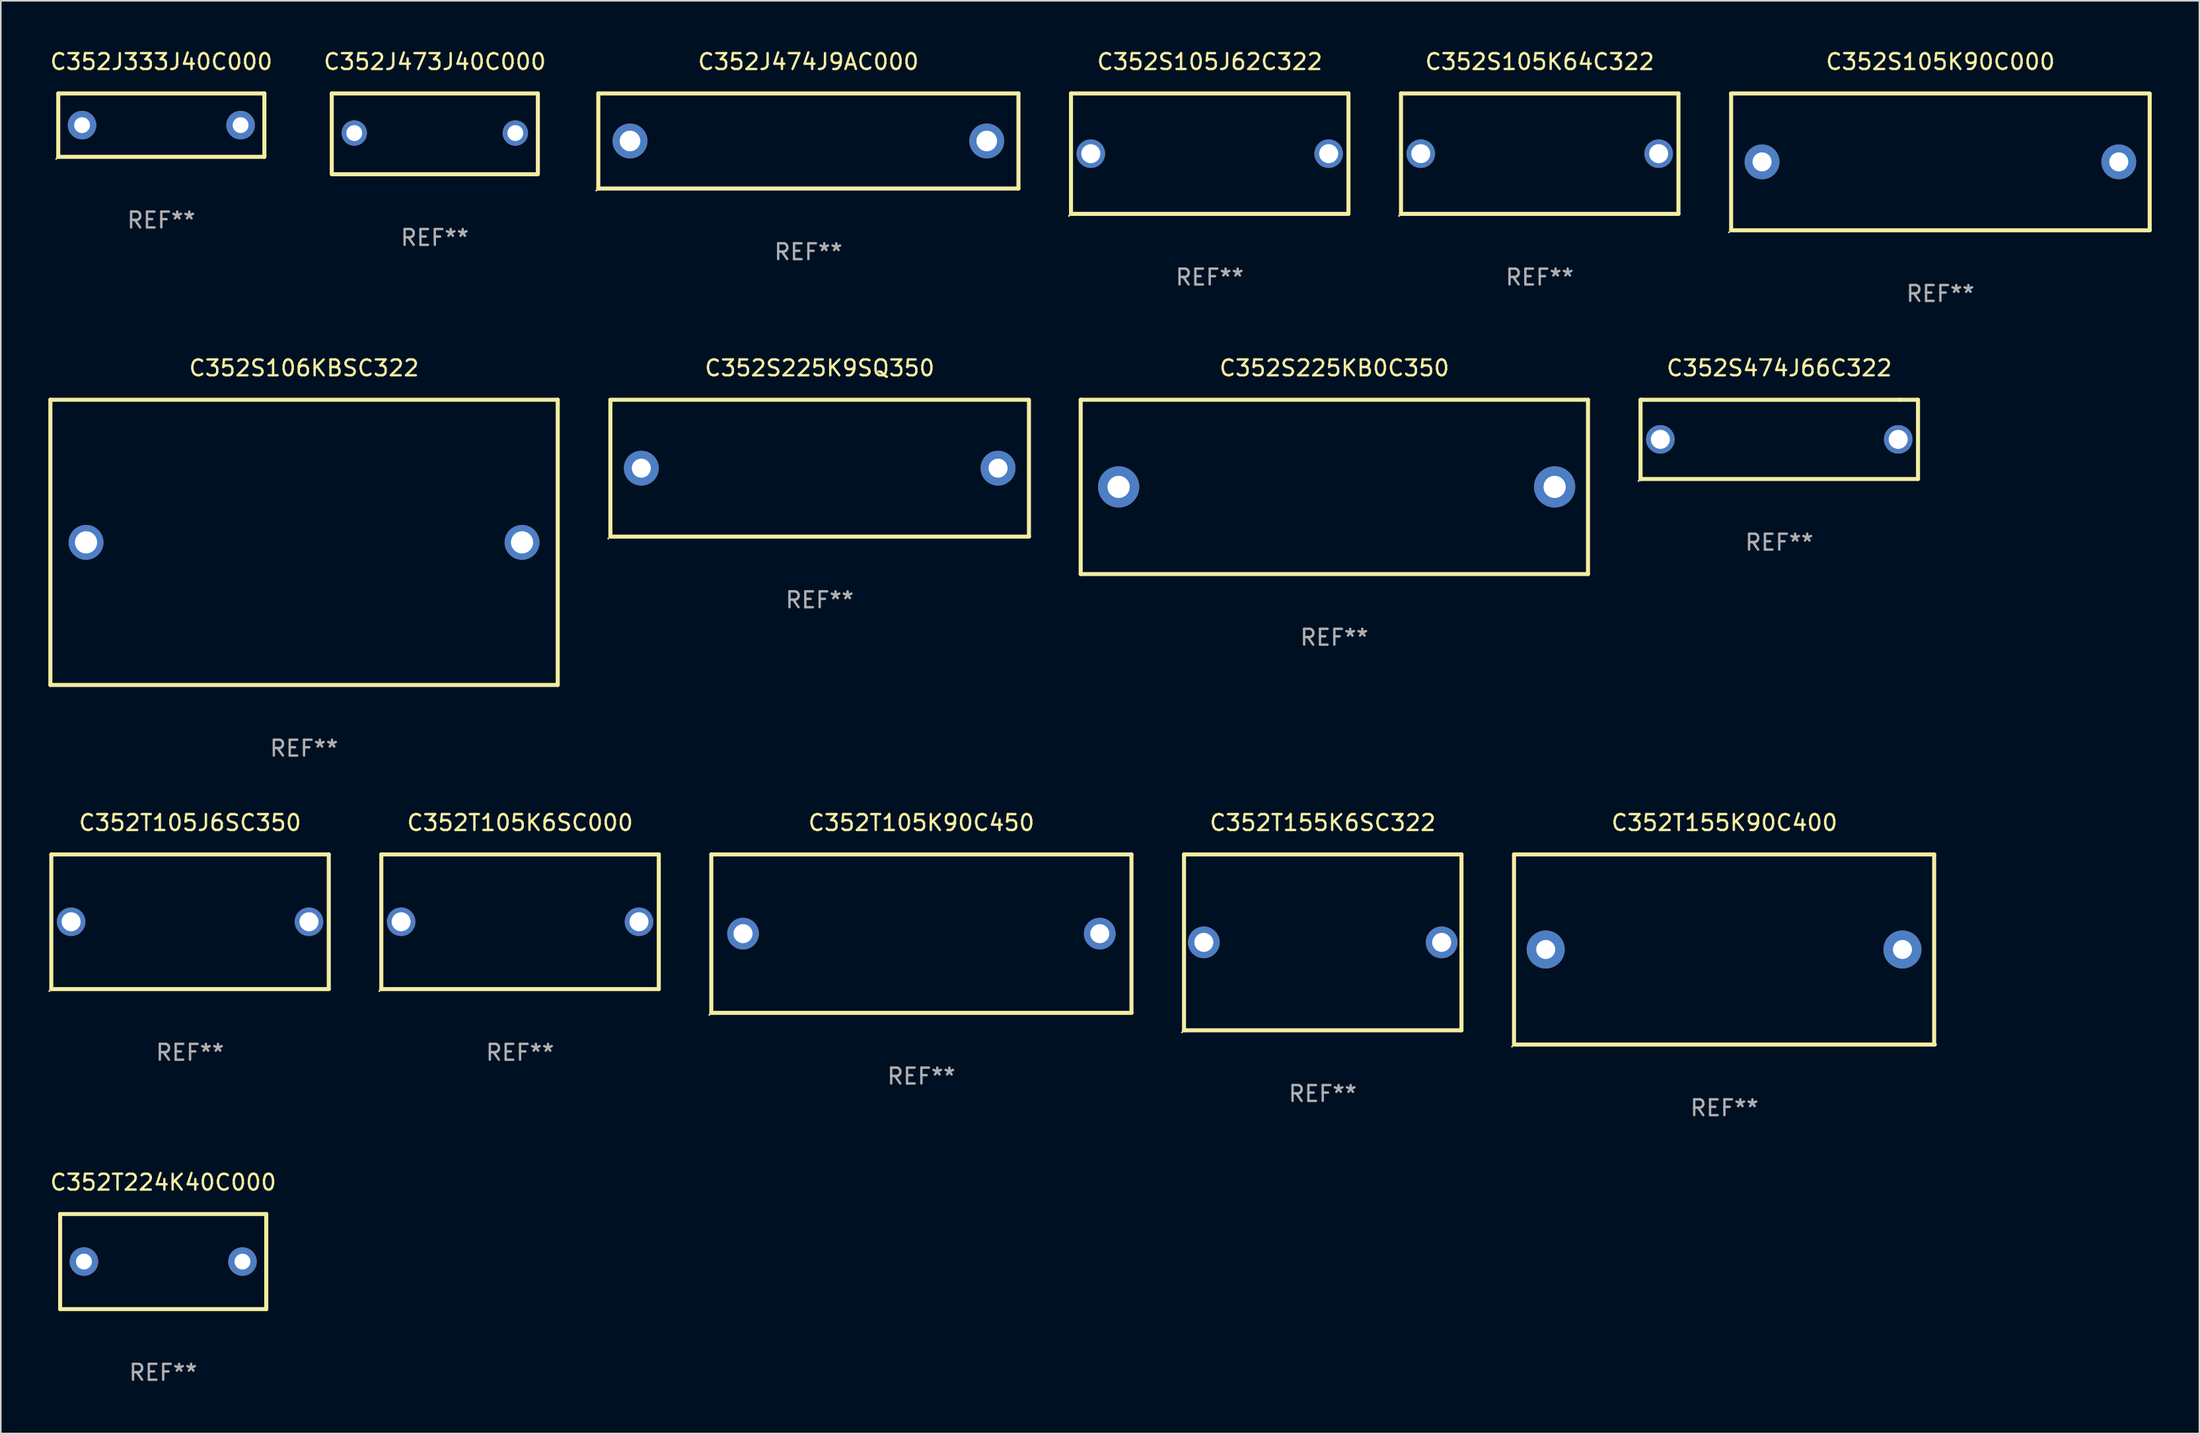
<source format=kicad_pcb>
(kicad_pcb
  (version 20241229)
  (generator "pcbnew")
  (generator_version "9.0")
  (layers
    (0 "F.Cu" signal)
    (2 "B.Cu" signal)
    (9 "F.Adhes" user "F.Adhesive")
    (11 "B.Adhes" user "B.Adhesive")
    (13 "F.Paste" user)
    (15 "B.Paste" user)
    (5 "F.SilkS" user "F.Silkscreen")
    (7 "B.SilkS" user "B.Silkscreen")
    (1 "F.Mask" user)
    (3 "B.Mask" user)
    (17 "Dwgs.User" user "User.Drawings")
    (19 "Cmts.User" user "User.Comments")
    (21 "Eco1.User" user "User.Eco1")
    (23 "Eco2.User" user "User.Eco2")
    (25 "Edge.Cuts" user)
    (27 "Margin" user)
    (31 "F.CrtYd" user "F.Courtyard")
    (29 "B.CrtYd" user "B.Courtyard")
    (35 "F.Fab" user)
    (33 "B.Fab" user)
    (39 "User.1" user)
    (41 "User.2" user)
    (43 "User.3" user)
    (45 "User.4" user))
  (footprint "C352J474J9AC000"
    (layer "F.Cu")
    (at 47.937 5.848)
    (property "Reference" "C352J474J9AC000" (at 0 -5 0) (layer "F.SilkS") (effects (font (size 1 1) (thickness 0.15))))
    (attr through_hole)
    (fp_line (start -13.25 -3) (end 13.25 -3) (stroke (width 0.254) (type solid)) (layer "F.SilkS"))
    (fp_line (start -13.25 3) (end -13.25 -3) (stroke (width 0.254) (type solid)) (layer "F.SilkS"))
    (fp_line (start 13.25 -3) (end 13.25 3) (stroke (width 0.254) (type solid)) (layer "F.SilkS"))
    (fp_line (start 13.25 3) (end -13.25 3) (stroke (width 0.254) (type solid)) (layer "F.SilkS"))
    (fp_circle (center -13.377 3.127) (end -13.347 3.127) (stroke (width 0.06) (type solid)) (fill no) (layer "F.SilkS"))
    (fp_text user "REF**" (at 0 7 0) (layer "F.Fab") (effects (font (size 1 1) (thickness 0.15))))
    (pad "1" thru_hole circle (at -11.25 0) (size 2.2 2.2) (drill 1.3) (layers "*.Cu" "*.Mask"))
    (pad "2" thru_hole circle (at 11.25 0) (size 2.2 2.2) (drill 1.3) (layers "*.Cu" "*.Mask")))
  (footprint "C352S105K64C322"
    (layer "F.Cu")
    (at 94.065 6.648)
    (property "Reference" "C352S105K64C322" (at 0 -5.8 0) (layer "F.SilkS") (effects (font (size 1 1) (thickness 0.15))))
    (attr through_hole)
    (fp_line (start -8.75 -3.8) (end 8.75 -3.8) (stroke (width 0.254) (type solid)) (layer "F.SilkS"))
    (fp_line (start -8.75 3.8) (end -8.75 -3.8) (stroke (width 0.254) (type solid)) (layer "F.SilkS"))
    (fp_line (start 8.75 -3.8) (end 8.75 3.8) (stroke (width 0.254) (type solid)) (layer "F.SilkS"))
    (fp_line (start 8.75 3.8) (end -8.75 3.8) (stroke (width 0.254) (type solid)) (layer "F.SilkS"))
    (fp_circle (center -8.877 3.927) (end -8.847 3.927) (stroke (width 0.06) (type solid)) (fill no) (layer "F.SilkS"))
    (fp_text user "REF**" (at 0 7.8 0) (layer "F.Fab") (effects (font (size 1 1) (thickness 0.15))))
    (pad "1" thru_hole circle (at -7.501 0) (size 1.8 1.8) (drill 1.2) (layers "*.Cu" "*.Mask"))
    (pad "2" thru_hole circle (at 7.501 0) (size 1.8 1.8) (drill 1.2) (layers "*.Cu" "*.Mask")))
  (footprint "C352T155K90C400"
    (layer "F.Cu")
    (at 105.714 56.877)
    (property "Reference" "C352T155K90C400" (at 0 -8 0) (layer "F.SilkS") (effects (font (size 1 1) (thickness 0.15))))
    (attr through_hole)
    (fp_line (start -13.271 -6) (end 13.229 -6) (stroke (width 0.254) (type solid)) (layer "F.SilkS"))
    (fp_line (start -13.271 6) (end -13.271 -6) (stroke (width 0.254) (type solid)) (layer "F.SilkS"))
    (fp_line (start 13.229 -6) (end 13.229 6) (stroke (width 0.254) (type solid)) (layer "F.SilkS"))
    (fp_line (start 13.271 6) (end -13.229 6) (stroke (width 0.254) (type solid)) (layer "F.SilkS"))
    (fp_circle (center -13.398 6.127) (end -13.368 6.127) (stroke (width 0.06) (type solid)) (fill no) (layer "F.SilkS"))
    (fp_text user "REF**" (at 0 10 0) (layer "F.Fab") (effects (font (size 1 1) (thickness 0.15))))
    (pad "1" thru_hole circle (at -11.271 0) (size 2.4 2.4) (drill 1.2) (layers "*.Cu" "*.Mask"))
    (pad "2" thru_hole circle (at 11.229 0) (size 2.4 2.4) (drill 1.2) (layers "*.Cu" "*.Mask")))
  (footprint "C352T105J6SC350"
    (layer "F.Cu")
    (at 8.937 55.127)
    (property "Reference" "C352T105J6SC350" (at 0 -6.25 0) (layer "F.SilkS") (effects (font (size 1 1) (thickness 0.15))))
    (attr through_hole)
    (fp_line (start -8.75 -4.25) (end 8.75 -4.25) (stroke (width 0.254) (type solid)) (layer "F.SilkS"))
    (fp_line (start -8.75 4.25) (end -8.75 -4.25) (stroke (width 0.254) (type solid)) (layer "F.SilkS"))
    (fp_line (start 8.75 -4.25) (end 8.75 4.25) (stroke (width 0.254) (type solid)) (layer "F.SilkS"))
    (fp_line (start 8.75 4.25) (end -8.75 4.25) (stroke (width 0.254) (type solid)) (layer "F.SilkS"))
    (fp_circle (center -8.877 4.377) (end -8.847 4.377) (stroke (width 0.06) (type solid)) (fill no) (layer "F.SilkS"))
    (fp_text user "REF**" (at 0 8.25 0) (layer "F.Fab") (effects (font (size 1 1) (thickness 0.15))))
    (pad "1" thru_hole circle (at -7.501 -0.000025) (size 1.8 1.8) (drill 1.2) (layers "*.Cu" "*.Mask"))
    (pad "2" thru_hole circle (at 7.501 -0.000025) (size 1.8 1.8) (drill 1.2) (layers "*.Cu" "*.Mask")))
  (footprint "C352T105K90C450"
    (layer "F.Cu")
    (at 55.065 55.877)
    (property "Reference" "C352T105K90C450" (at 0 -7 0) (layer "F.SilkS") (effects (font (size 1 1) (thickness 0.15))))
    (attr through_hole)
    (fp_line (start -13.25 -5) (end 13.25 -5) (stroke (width 0.254) (type solid)) (layer "F.SilkS"))
    (fp_line (start -13.25 5) (end -13.25 -5) (stroke (width 0.254) (type solid)) (layer "F.SilkS"))
    (fp_line (start 13.25 -5) (end 13.25 5) (stroke (width 0.254) (type solid)) (layer "F.SilkS"))
    (fp_line (start 13.25 5) (end -13.25 5) (stroke (width 0.254) (type solid)) (layer "F.SilkS"))
    (fp_circle (center -13.377 5.127) (end -13.347 5.127) (stroke (width 0.06) (type solid)) (fill no) (layer "F.SilkS"))
    (fp_text user "REF**" (at 0 9 0) (layer "F.Fab") (effects (font (size 1 1) (thickness 0.15))))
    (pad "1" thru_hole circle (at -11.25 0) (size 2 2) (drill 1.2) (layers "*.Cu" "*.Mask"))
    (pad "2" thru_hole circle (at 11.25 0) (size 2 2) (drill 1.2) (layers "*.Cu" "*.Mask")))
  (footprint "C352J333J40C000"
    (layer "F.Cu")
    (at 7.125 4.848)
    (property "Reference" "C352J333J40C000" (at 0 -4 0) (layer "F.SilkS") (effects (font (size 1 1) (thickness 0.15))))
    (attr through_hole)
    (fp_line (start -6.5 -2) (end 6.5 -2) (stroke (width 0.254) (type solid)) (layer "F.SilkS"))
    (fp_line (start -6.5 2) (end -6.5 -2) (stroke (width 0.254) (type solid)) (layer "F.SilkS"))
    (fp_line (start 6.5 -2) (end 6.5 2) (stroke (width 0.254) (type solid)) (layer "F.SilkS"))
    (fp_line (start 6.5 2) (end -6.5 2) (stroke (width 0.254) (type solid)) (layer "F.SilkS"))
    (fp_circle (center -6.627 2.127) (end -6.597 2.127) (stroke (width 0.06) (type solid)) (fill no) (layer "F.SilkS"))
    (fp_text user "REF**" (at 0 6 0) (layer "F.Fab") (effects (font (size 1 1) (thickness 0.15))))
    (pad "1" thru_hole circle (at -5 0) (size 1.8 1.8) (drill 1) (layers "*.Cu" "*.Mask"))
    (pad "2" thru_hole circle (at 5 0) (size 1.8 1.8) (drill 1) (layers "*.Cu" "*.Mask")))
  (footprint "C352S106KBSC322"
    (layer "F.Cu")
    (at 16.127 31.181)
    (property "Reference" "C352S106KBSC322" (at 0 -11 0) (layer "F.SilkS") (effects (font (size 1 1) (thickness 0.15))))
    (attr through_hole)
    (fp_line (start -16 -9) (end 16 -9) (stroke (width 0.254) (type solid)) (layer "F.SilkS"))
    (fp_line (start -16 9) (end -16 -9) (stroke (width 0.254) (type solid)) (layer "F.SilkS"))
    (fp_line (start 16 -9) (end 16 9) (stroke (width 0.254) (type solid)) (layer "F.SilkS"))
    (fp_line (start 16 9) (end -16 9) (stroke (width 0.254) (type solid)) (layer "F.SilkS"))
    (fp_circle (center -16 9) (end -15.97 9) (stroke (width 0.06) (type solid)) (fill no) (layer "F.SilkS"))
    (fp_text user "REF**" (at 0 13 0) (layer "F.Fab") (effects (font (size 1 1) (thickness 0.15))))
    (pad "1" thru_hole circle (at -13.75 0) (size 2.2 2.2) (drill 1.4) (layers "*.Cu" "*.Mask"))
    (pad "2" thru_hole circle (at 13.75 0) (size 2.2 2.2) (drill 1.4) (layers "*.Cu" "*.Mask")))
  (footprint "C352T105K6SC000"
    (layer "F.Cu")
    (at 29.751 55.127)
    (property "Reference" "C352T105K6SC000" (at 0 -6.25 0) (layer "F.SilkS") (effects (font (size 1 1) (thickness 0.15))))
    (attr through_hole)
    (fp_line (start -8.75 -4.25) (end 8.75 -4.25) (stroke (width 0.254) (type solid)) (layer "F.SilkS"))
    (fp_line (start -8.75 4.25) (end -8.75 -4.25) (stroke (width 0.254) (type solid)) (layer "F.SilkS"))
    (fp_line (start 8.75 -4.25) (end 8.75 4.25) (stroke (width 0.254) (type solid)) (layer "F.SilkS"))
    (fp_line (start 8.75 4.25) (end -8.75 4.25) (stroke (width 0.254) (type solid)) (layer "F.SilkS"))
    (fp_circle (center -8.877 4.377) (end -8.847 4.377) (stroke (width 0.06) (type solid)) (fill no) (layer "F.SilkS"))
    (fp_text user "REF**" (at 0 8.25 0) (layer "F.Fab") (effects (font (size 1 1) (thickness 0.15))))
    (pad "1" thru_hole circle (at -7.501 -0.000025) (size 1.8 1.8) (drill 1.2) (layers "*.Cu" "*.Mask"))
    (pad "2" thru_hole circle (at 7.501 -0.000025) (size 1.8 1.8) (drill 1.2) (layers "*.Cu" "*.Mask")))
  (footprint "C352S225KB0C350"
    (layer "F.Cu")
    (at 81.111 27.681)
    (property "Reference" "C352S225KB0C350" (at 0 -7.5 0) (layer "F.SilkS") (effects (font (size 1 1) (thickness 0.15))))
    (attr through_hole)
    (fp_line (start -15.999 -5.5) (end -15.999 5.5) (stroke (width 0.254) (type solid)) (layer "F.SilkS"))
    (fp_line (start -15.999 -5.5) (end 15.999 -5.5) (stroke (width 0.254) (type solid)) (layer "F.SilkS"))
    (fp_line (start 15.999 -5.5) (end 15.999 5.5) (stroke (width 0.254) (type solid)) (layer "F.SilkS"))
    (fp_line (start 15.999 5.5) (end -15.999 5.5) (stroke (width 0.254) (type solid)) (layer "F.SilkS"))
    (fp_circle (center -16.008 5.5) (end -15.978 5.5) (stroke (width 0.06) (type solid)) (fill no) (layer "F.SilkS"))
    (fp_text user "REF**" (at 0 9.5 0) (layer "F.Fab") (effects (font (size 1 1) (thickness 0.15))))
    (pad "1" thru_hole circle (at -13.606 0) (size 2.6 2.6) (drill 1.4) (layers "*.Cu" "*.Mask"))
    (pad "2" thru_hole circle (at 13.894 0) (size 2.6 2.6) (drill 1.4) (layers "*.Cu" "*.Mask")))
  (footprint "C352S225K9SQ350"
    (layer "F.Cu")
    (at 48.649 26.499)
    (property "Reference" "C352S225K9SQ350" (at 0 -6.318 0) (layer "F.SilkS") (effects (font (size 1 1) (thickness 0.15))))
    (attr through_hole)
    (fp_line (start -13.208 -4.318) (end 13.193 -4.318) (stroke (width 0.254) (type solid)) (layer "F.SilkS"))
    (fp_line (start -13.2 4.3) (end -13.2 -4.3) (stroke (width 0.254) (type solid)) (layer "F.SilkS"))
    (fp_line (start 13.2 -4.3) (end 13.2 4.3) (stroke (width 0.254) (type solid)) (layer "F.SilkS"))
    (fp_line (start 13.208 4.318) (end -13.193 4.318) (stroke (width 0.254) (type solid)) (layer "F.SilkS"))
    (fp_circle (center -13.335 4.445) (end -13.305 4.445) (stroke (width 0.06) (type solid)) (fill no) (layer "F.SilkS"))
    (fp_text user "REF**" (at 0 8.318 0) (layer "F.Fab") (effects (font (size 1 1) (thickness 0.15))))
    (pad "1" thru_hole circle (at -11.25 0) (size 2.2 2.2) (drill 1.2) (layers "*.Cu" "*.Mask"))
    (pad "2" thru_hole circle (at 11.25 0) (size 2.2 2.2) (drill 1.2) (layers "*.Cu" "*.Mask")))
  (footprint "C352T224K40C000"
    (layer "F.Cu")
    (at 7.244 76.574)
    (property "Reference" "C352T224K40C000" (at 0 -5 0) (layer "F.SilkS") (effects (font (size 1 1) (thickness 0.15))))
    (attr through_hole)
    (fp_line (start -6.5 -3) (end 6.5 -3) (stroke (width 0.254) (type solid)) (layer "F.SilkS"))
    (fp_line (start -6.5 3) (end -6.5 -3) (stroke (width 0.254) (type solid)) (layer "F.SilkS"))
    (fp_line (start 6.5 -3) (end 6.5 3) (stroke (width 0.254) (type solid)) (layer "F.SilkS"))
    (fp_line (start 6.5 3) (end -6.5 3) (stroke (width 0.254) (type solid)) (layer "F.SilkS"))
    (fp_circle (center -6.5 3) (end -6.47 3) (stroke (width 0.06) (type solid)) (fill no) (layer "F.SilkS"))
    (fp_text user "REF**" (at 0 7 0) (layer "F.Fab") (effects (font (size 1 1) (thickness 0.15))))
    (pad "1" thru_hole circle (at -5 0) (size 1.8 1.8) (drill 1) (layers "*.Cu" "*.Mask"))
    (pad "2" thru_hole circle (at 5 0) (size 1.8 1.8) (drill 1) (layers "*.Cu" "*.Mask")))
  (footprint "C352S474J66C322"
    (layer "F.Cu")
    (at 109.174 24.681)
    (property "Reference" "C352S474J66C322" (at 0 -4.5 0) (layer "F.SilkS") (effects (font (size 1 1) (thickness 0.15))))
    (attr through_hole)
    (fp_line (start -8.75 -2.499) (end 7.653 -2.499) (stroke (width 0.254) (type solid)) (layer "F.SilkS"))
    (fp_line (start -8.75 2.5) (end -8.75 -2.5) (stroke (width 0.254) (type solid)) (layer "F.SilkS"))
    (fp_line (start 7.653 -2.499) (end 8.75 -2.499) (stroke (width 0.254) (type solid)) (layer "F.SilkS"))
    (fp_line (start 8.75 -2.5) (end 8.75 2.5) (stroke (width 0.254) (type solid)) (layer "F.SilkS"))
    (fp_line (start 8.75 2.5) (end -8.75 2.5) (stroke (width 0.254) (type solid)) (layer "F.SilkS"))
    (fp_circle (center -8.877 2.627) (end -8.847 2.627) (stroke (width 0.06) (type solid)) (fill no) (layer "F.SilkS"))
    (fp_text user "REF**" (at 0 6.5 0) (layer "F.Fab") (effects (font (size 1 1) (thickness 0.15))))
    (pad "1" thru_hole circle (at -7.501 0) (size 1.8 1.8) (drill 1.2) (layers "*.Cu" "*.Mask"))
    (pad "2" thru_hole circle (at 7.501 0) (size 1.8 1.8) (drill 1.2) (layers "*.Cu" "*.Mask")))
  (footprint "C352J473J40C000"
    (layer "F.Cu")
    (at 24.375 5.398)
    (property "Reference" "C352J473J40C000" (at 0 -4.55 0) (layer "F.SilkS") (effects (font (size 1 1) (thickness 0.15))))
    (attr through_hole)
    (fp_line (start -6.5 -2.55) (end 6.5 -2.55) (stroke (width 0.254) (type solid)) (layer "F.SilkS"))
    (fp_line (start -6.5 2.45) (end -6.5 -2.55) (stroke (width 0.254) (type solid)) (layer "F.SilkS"))
    (fp_line (start 6.5 -2.55) (end 6.5 2.45) (stroke (width 0.254) (type solid)) (layer "F.SilkS"))
    (fp_line (start 6.5 2.55) (end -6.5 2.55) (stroke (width 0.254) (type solid)) (layer "F.SilkS"))
    (fp_circle (center -6.5 2.45) (end -6.47 2.45) (stroke (width 0.06) (type solid)) (fill no) (layer "F.SilkS"))
    (fp_text user "REF**" (at 0 6.55 0) (layer "F.Fab") (effects (font (size 1 1) (thickness 0.15))))
    (pad "1" thru_hole circle (at -5.08 -0.05) (size 1.6 1.6) (drill 1) (layers "*.Cu" "*.Mask"))
    (pad "2" thru_hole circle (at 5.08 -0.05) (size 1.6 1.6) (drill 1) (layers "*.Cu" "*.Mask")))
  (footprint "C352S105K90C000"
    (layer "F.Cu")
    (at 119.337 7.166)
    (property "Reference" "C352S105K90C000" (at 0 -6.318 0) (layer "F.SilkS") (effects (font (size 1 1) (thickness 0.15))))
    (attr through_hole)
    (fp_line (start -13.208 -4.318) (end 13.193 -4.318) (stroke (width 0.254) (type solid)) (layer "F.SilkS"))
    (fp_line (start -13.2 4.3) (end -13.2 -4.3) (stroke (width 0.254) (type solid)) (layer "F.SilkS"))
    (fp_line (start 13.2 -4.3) (end 13.2 4.3) (stroke (width 0.254) (type solid)) (layer "F.SilkS"))
    (fp_line (start 13.208 4.318) (end -13.193 4.318) (stroke (width 0.254) (type solid)) (layer "F.SilkS"))
    (fp_circle (center -13.335 4.445) (end -13.305 4.445) (stroke (width 0.06) (type solid)) (fill no) (layer "F.SilkS"))
    (fp_text user "REF**" (at 0 8.318 0) (layer "F.Fab") (effects (font (size 1 1) (thickness 0.15))))
    (pad "1" thru_hole circle (at -11.25 0) (size 2.2 2.2) (drill 1.2) (layers "*.Cu" "*.Mask"))
    (pad "2" thru_hole circle (at 11.25 0) (size 2.2 2.2) (drill 1.2) (layers "*.Cu" "*.Mask")))
  (footprint "C352T155K6SC322"
    (layer "F.Cu")
    (at 80.379 56.427)
    (property "Reference" "C352T155K6SC322" (at 0 -7.55 0) (layer "F.SilkS") (effects (font (size 1 1) (thickness 0.15))))
    (attr through_hole)
    (fp_line (start -8.75 -5.55) (end 8.75 -5.55) (stroke (width 0.254) (type solid)) (layer "F.SilkS"))
    (fp_line (start -8.75 5.55) (end -8.75 -5.55) (stroke (width 0.254) (type solid)) (layer "F.SilkS"))
    (fp_line (start 8.75 -5.55) (end 8.75 5.55) (stroke (width 0.254) (type solid)) (layer "F.SilkS"))
    (fp_line (start 8.75 5.55) (end -8.75 5.55) (stroke (width 0.254) (type solid)) (layer "F.SilkS"))
    (fp_circle (center -8.877 5.677) (end -8.847 5.677) (stroke (width 0.06) (type solid)) (fill no) (layer "F.SilkS"))
    (fp_text user "REF**" (at 0 9.55 0) (layer "F.Fab") (effects (font (size 1 1) (thickness 0.15))))
    (pad "1" thru_hole circle (at -7.501 0) (size 2 2) (drill 1.2) (layers "*.Cu" "*.Mask"))
    (pad "2" thru_hole circle (at 7.501 0) (size 2 2) (drill 1.2) (layers "*.Cu" "*.Mask")))
  (footprint "C352S105J62C322"
    (layer "F.Cu")
    (at 73.251 6.648)
    (property "Reference" "C352S105J62C322" (at 0 -5.8 0) (layer "F.SilkS") (effects (font (size 1 1) (thickness 0.15))))
    (attr through_hole)
    (fp_line (start -8.75 -3.8) (end 8.75 -3.8) (stroke (width 0.254) (type solid)) (layer "F.SilkS"))
    (fp_line (start -8.75 3.8) (end -8.75 -3.8) (stroke (width 0.254) (type solid)) (layer "F.SilkS"))
    (fp_line (start 8.75 -3.8) (end 8.75 3.8) (stroke (width 0.254) (type solid)) (layer "F.SilkS"))
    (fp_line (start 8.75 3.8) (end -8.75 3.8) (stroke (width 0.254) (type solid)) (layer "F.SilkS"))
    (fp_circle (center -8.877 3.927) (end -8.847 3.927) (stroke (width 0.06) (type solid)) (fill no) (layer "F.SilkS"))
    (fp_text user "REF**" (at 0 7.8 0) (layer "F.Fab") (effects (font (size 1 1) (thickness 0.15))))
    (pad "1" thru_hole circle (at -7.501 0) (size 1.8 1.8) (drill 1.2) (layers "*.Cu" "*.Mask"))
    (pad "2" thru_hole circle (at 7.501 0) (size 1.8 1.8) (drill 1.2) (layers "*.Cu" "*.Mask")))
  (gr_rect
    (start -3 -3)
    (end 135.672 87.422)
    (stroke (width 0.1) (type default))
    (fill no)
    (layer "Edge.Cuts")))
</source>
